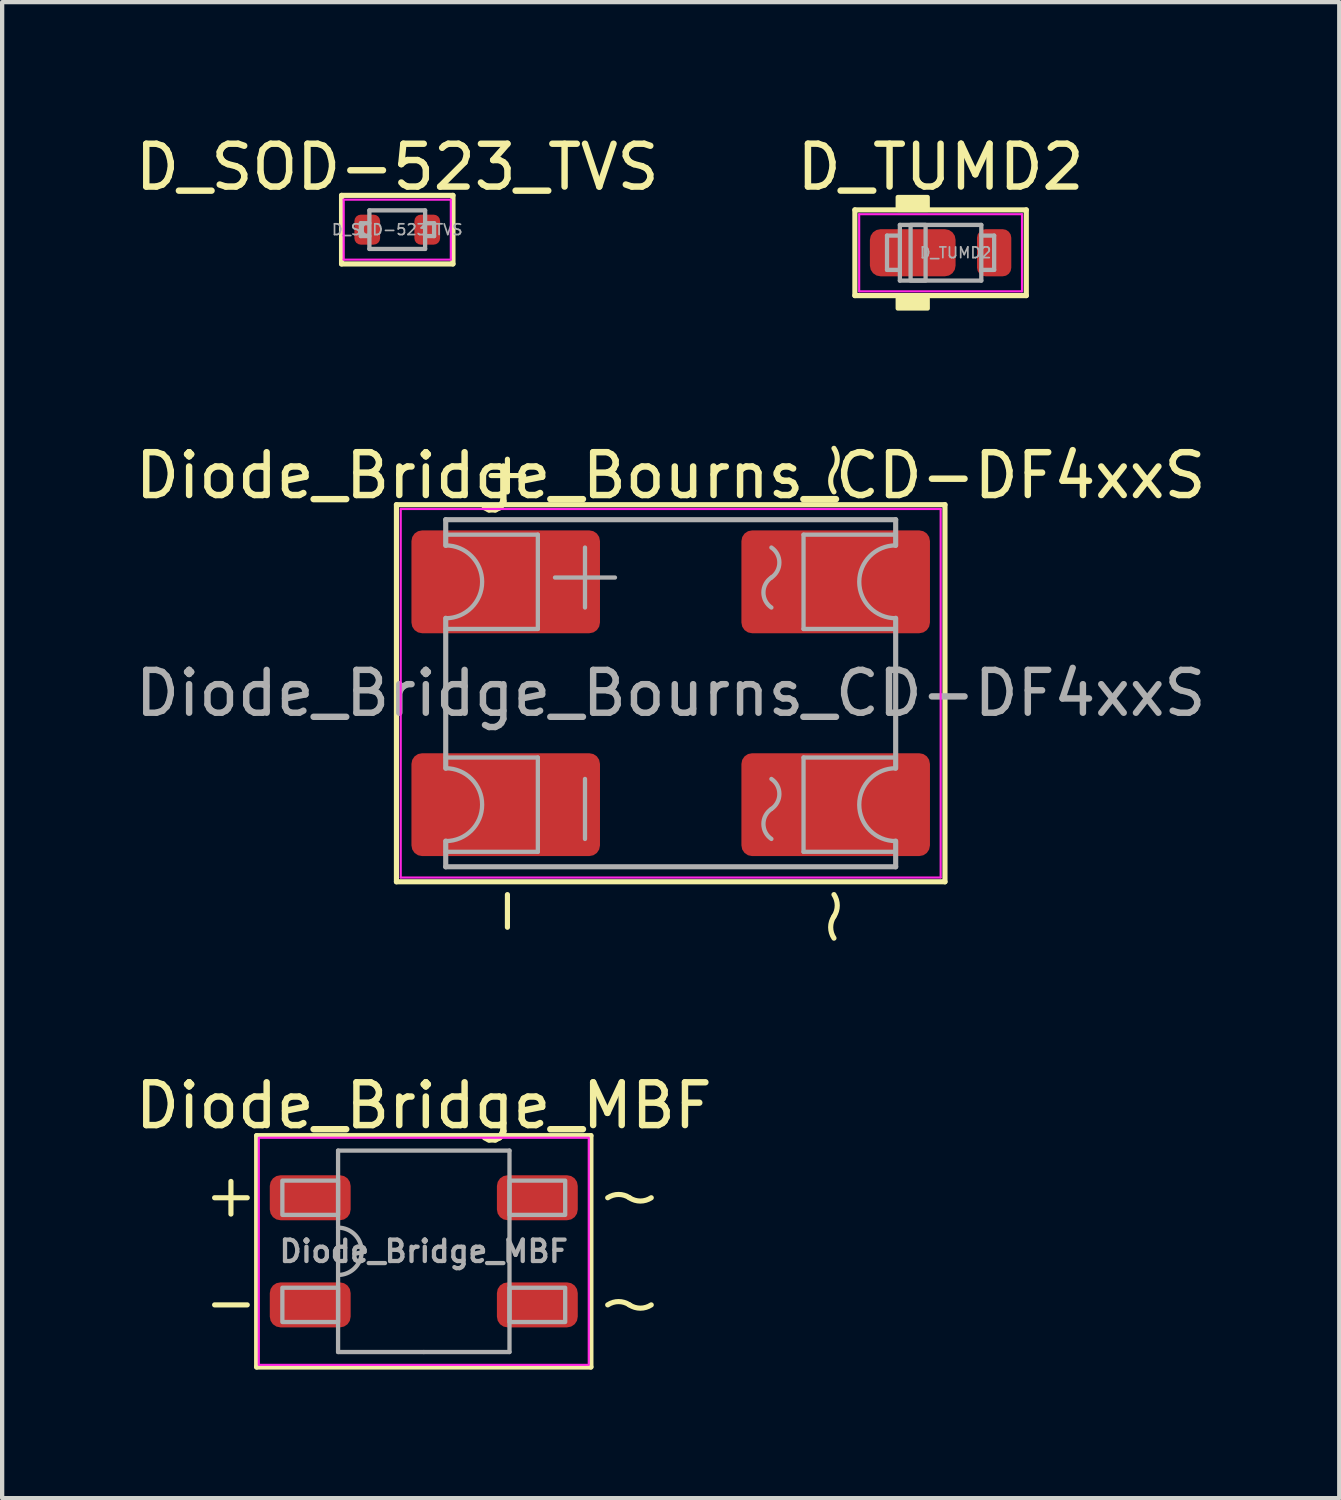
<source format=kicad_pcb>
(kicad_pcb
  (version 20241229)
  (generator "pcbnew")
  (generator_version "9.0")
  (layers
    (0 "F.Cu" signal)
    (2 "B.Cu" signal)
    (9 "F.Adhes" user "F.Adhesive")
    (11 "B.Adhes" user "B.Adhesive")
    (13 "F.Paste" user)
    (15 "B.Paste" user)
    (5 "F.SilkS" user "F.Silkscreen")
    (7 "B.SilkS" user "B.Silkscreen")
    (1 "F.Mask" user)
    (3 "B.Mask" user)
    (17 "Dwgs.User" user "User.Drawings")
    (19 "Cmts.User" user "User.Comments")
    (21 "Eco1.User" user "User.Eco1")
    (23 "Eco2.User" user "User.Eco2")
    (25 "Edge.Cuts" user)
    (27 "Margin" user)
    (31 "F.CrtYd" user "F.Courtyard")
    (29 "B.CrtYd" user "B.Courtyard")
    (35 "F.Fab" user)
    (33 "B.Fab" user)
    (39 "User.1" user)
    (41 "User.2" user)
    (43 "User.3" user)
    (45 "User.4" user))
  (footprint "Diode_Bridge_MBF"
    (layer "F.Cu")
    (at 6.839 26.15)
    (property "Reference" "Diode_Bridge_MBF" (at 0 -3.4 0) (unlocked yes) (layer "F.SilkS") (effects (font (size 1 1) (thickness 0.15))))
    (fp_line (start -4.881 -1.25) (end -4.119 -1.25) (stroke (width 0.12) (type solid)) (layer "F.SilkS"))
    (fp_line (start -4.881 1.25) (end -4.119 1.25) (stroke (width 0.12) (type solid)) (layer "F.SilkS"))
    (fp_line (start -4.5 -1.631) (end -4.5 -0.869) (stroke (width 0.12) (type solid)) (layer "F.SilkS"))
    (fp_line (start -3.9 -2.7) (end -3.9 2.7) (stroke (width 0.12) (type solid)) (layer "F.SilkS"))
    (fp_line (start -3.9 2.7) (end 3.9 2.7) (stroke (width 0.12) (type solid)) (layer "F.SilkS"))
    (fp_line (start 3.9 -2.7) (end -3.9 -2.7) (stroke (width 0.12) (type solid)) (layer "F.SilkS"))
    (fp_line (start 3.9 2.7) (end 3.9 -2.7) (stroke (width 0.12) (type solid)) (layer "F.SilkS"))
    (fp_arc (start 4.291999 1.250001) (mid 4.545998 1.173096) (end 4.799997 1.250001) (stroke (width 0.12) (type solid)) (layer "F.SilkS"))
    (fp_arc (start 4.292002 -1.25) (mid 4.546001 -1.326905) (end 4.8 -1.25) (stroke (width 0.12) (type solid)) (layer "F.SilkS"))
    (fp_arc (start 5.307998 1.25) (mid 5.053999 1.326905) (end 4.8 1.25) (stroke (width 0.12) (type solid)) (layer "F.SilkS"))
    (fp_arc (start 5.308001 -1.250001) (mid 5.054002 -1.173096) (end 4.800003 -1.250001) (stroke (width 0.12) (type solid)) (layer "F.SilkS"))
    (fp_rect (start -3.85 -2.65) (end 3.85 2.65) (stroke (width 0.05) (type solid)) (fill no) (layer "F.CrtYd"))
    (fp_line (start -2 -2.35) (end 2 -2.35) (stroke (width 0.1) (type solid)) (layer "F.Fab"))
    (fp_line (start -2 0) (end -2 -2.35) (stroke (width 0.1) (type solid)) (layer "F.Fab"))
    (fp_line (start -2 2.35) (end -2 0) (stroke (width 0.1) (type solid)) (layer "F.Fab"))
    (fp_line (start 0 2.35) (end -2 2.35) (stroke (width 0.1) (type solid)) (layer "F.Fab"))
    (fp_line (start 2 -2.35) (end 2 2.35) (stroke (width 0.1) (type solid)) (layer "F.Fab"))
    (fp_line (start 2 2.35) (end 0 2.35) (stroke (width 0.1) (type solid)) (layer "F.Fab"))
    (fp_rect (start -3.3 -1.65) (end -2 -0.85) (stroke (width 0.1) (type solid)) (fill no) (layer "F.Fab"))
    (fp_rect (start -3.3 0.85) (end -2 1.65) (stroke (width 0.1) (type solid)) (fill no) (layer "F.Fab"))
    (fp_rect (start 2 -1.65) (end 3.3 -0.85) (stroke (width 0.1) (type solid)) (fill no) (layer "F.Fab"))
    (fp_rect (start 2 0.85) (end 3.3 1.65) (stroke (width 0.1) (type solid)) (fill no) (layer "F.Fab"))
    (fp_arc (start -2 -0.552268) (mid -1.448299 -0.025026) (end -1.95 0.55) (stroke (width 0.1) (type solid)) (layer "F.Fab"))
    (fp_text user "${REFERENCE}" (at 0 0 0) (layer "F.Fab") (effects (font (size 0.5 0.5) (thickness 0.1))))
    (pad "1" smd roundrect (at -2.65 -1.25) (size 1.887 1.05) (layers "F.Cu" "F.Mask" "F.Paste") (roundrect_rratio 0.238))
    (pad "2" smd roundrect (at -2.65 1.25) (size 1.887 1.05) (layers "F.Cu" "F.Mask" "F.Paste") (roundrect_rratio 0.238))
    (pad "3" smd roundrect (at 2.65 1.25) (size 1.887 1.05) (layers "F.Cu" "F.Mask" "F.Paste") (roundrect_rratio 0.238))
    (pad "4" smd roundrect (at 2.65 -1.25) (size 1.887 1.05) (layers "F.Cu" "F.Mask" "F.Paste") (roundrect_rratio 0.238)))
  (footprint "D_SOD-523_TVS"
    (layer "F.Cu")
    (at 6.22 2.309)
    (property "Reference" "D_SOD-523_TVS" (at 0 -1.46 0) (layer "F.SilkS") (effects (font (size 1 1) (thickness 0.15))))
    (attr smd)
    (fp_line (start -1.3 -0.8) (end -1.3 0.8) (stroke (width 0.12) (type solid)) (layer "F.SilkS"))
    (fp_line (start -1.3 0.8) (end 1.3 0.8) (stroke (width 0.12) (type solid)) (layer "F.SilkS"))
    (fp_line (start 1.3 -0.8) (end -1.3 -0.8) (stroke (width 0.12) (type solid)) (layer "F.SilkS"))
    (fp_line (start 1.3 0.8) (end 1.3 -0.8) (stroke (width 0.12) (type solid)) (layer "F.SilkS"))
    (fp_line (start -1.25 -0.7) (end 1.25 -0.7) (stroke (width 0.05) (type solid)) (layer "F.CrtYd"))
    (fp_line (start -1.25 0.7) (end -1.25 -0.7) (stroke (width 0.05) (type solid)) (layer "F.CrtYd"))
    (fp_line (start 1.25 -0.7) (end 1.25 0.7) (stroke (width 0.05) (type solid)) (layer "F.CrtYd"))
    (fp_line (start 1.25 0.7) (end -1.25 0.7) (stroke (width 0.05) (type solid)) (layer "F.CrtYd"))
    (fp_line (start -0.85 -0.15) (end -0.85 0.15) (stroke (width 0.1) (type solid)) (layer "F.Fab"))
    (fp_line (start -0.85 -0.15) (end -0.65 -0.15) (stroke (width 0.1) (type solid)) (layer "F.Fab"))
    (fp_line (start -0.85 0.15) (end -0.65 0.15) (stroke (width 0.1) (type solid)) (layer "F.Fab"))
    (fp_line (start -0.65 -0.45) (end 0.65 -0.45) (stroke (width 0.1) (type solid)) (layer "F.Fab"))
    (fp_line (start -0.65 0.45) (end -0.65 -0.45) (stroke (width 0.1) (type solid)) (layer "F.Fab"))
    (fp_line (start 0.65 -0.45) (end 0.65 0.45) (stroke (width 0.1) (type solid)) (layer "F.Fab"))
    (fp_line (start 0.65 0.45) (end -0.65 0.45) (stroke (width 0.1) (type solid)) (layer "F.Fab"))
    (fp_line (start 0.86 -0.15) (end 0.66 -0.15) (stroke (width 0.1) (type solid)) (layer "F.Fab"))
    (fp_line (start 0.86 0.15) (end 0.66 0.15) (stroke (width 0.1) (type solid)) (layer "F.Fab"))
    (fp_line (start 0.86 0.15) (end 0.86 -0.15) (stroke (width 0.1) (type solid)) (layer "F.Fab"))
    (fp_text user "${REFERENCE}" (at 0 0 0) (layer "F.Fab") (effects (font (size 0.25 0.25) (thickness 0.04))))
    (pad "1" smd roundrect (at -0.7 0 180) (size 0.6 0.7) (layers "F.Cu" "F.Mask" "F.Paste") (roundrect_rratio 0.25))
    (pad "2" smd roundrect (at 0.7 0 180) (size 0.6 0.7) (layers "F.Cu" "F.Mask" "F.Paste") (roundrect_rratio 0.25)))
  (footprint "Diode_Bridge_Bourns_CD-DF4xxS"
    (layer "F.Cu")
    (at 12.601 13.127)
    (property "Reference" "Diode_Bridge_Bourns_CD-DF4xxS" (at 0 -5.08 0) (layer "F.SilkS") (effects (font (size 1 1) (thickness 0.15))))
    (attr smd)
    (fp_line (start -6.4 -4.4) (end -6.4 4.4) (stroke (width 0.12) (type solid)) (layer "F.SilkS"))
    (fp_line (start -6.4 4.4) (end 6.4 4.4) (stroke (width 0.12) (type solid)) (layer "F.SilkS"))
    (fp_line (start -4.191 -5.08) (end -3.429 -5.08) (stroke (width 0.12) (type solid)) (layer "F.SilkS"))
    (fp_line (start -3.81 -4.699) (end -3.81 -5.461) (stroke (width 0.12) (type solid)) (layer "F.SilkS"))
    (fp_line (start -3.81 5.461) (end -3.81 4.699) (stroke (width 0.12) (type solid)) (layer "F.SilkS"))
    (fp_line (start 6.4 -4.4) (end -6.4 -4.4) (stroke (width 0.12) (type solid)) (layer "F.SilkS"))
    (fp_line (start 6.4 4.4) (end 6.4 -4.4) (stroke (width 0.12) (type solid)) (layer "F.SilkS"))
    (fp_arc (start 3.809999 4.698999) (mid 3.886904 4.952998) (end 3.809999 5.206997) (stroke (width 0.12) (type solid)) (layer "F.SilkS"))
    (fp_arc (start 3.81 -5.715) (mid 3.886905 -5.461001) (end 3.81 -5.207002) (stroke (width 0.12) (type solid)) (layer "F.SilkS"))
    (fp_arc (start 3.81 5.714998) (mid 3.733095 5.460999) (end 3.81 5.207) (stroke (width 0.12) (type solid)) (layer "F.SilkS"))
    (fp_arc (start 3.810001 -4.699001) (mid 3.733096 -4.953) (end 3.810001 -5.206999) (stroke (width 0.12) (type solid)) (layer "F.SilkS"))
    (fp_line (start -6.3 4.3) (end -6.3 -4.3) (stroke (width 0.05) (type solid)) (layer "F.CrtYd"))
    (fp_line (start -6.3 4.3) (end 6.3 4.3) (stroke (width 0.05) (type solid)) (layer "F.CrtYd"))
    (fp_line (start 6.3 -4.3) (end -6.3 -4.3) (stroke (width 0.05) (type solid)) (layer "F.CrtYd"))
    (fp_line (start 6.3 -4.3) (end 6.3 4.3) (stroke (width 0.05) (type solid)) (layer "F.CrtYd"))
    (fp_line (start -5.25 -4.05) (end 5.25 -4.05) (stroke (width 0.12) (type solid)) (layer "F.Fab"))
    (fp_line (start -5.25 -3.45) (end -5.25 -4.05) (stroke (width 0.12) (type solid)) (layer "F.Fab"))
    (fp_line (start -5.25 -1.5) (end -3.1 -1.5) (stroke (width 0.1) (type solid)) (layer "F.Fab"))
    (fp_line (start -5.25 1.75) (end -5.25 -1.75) (stroke (width 0.12) (type solid)) (layer "F.Fab"))
    (fp_line (start -5.25 3.7) (end -3.1 3.7) (stroke (width 0.1) (type solid)) (layer "F.Fab"))
    (fp_line (start -5.25 4.05) (end -5.25 3.45) (stroke (width 0.12) (type solid)) (layer "F.Fab"))
    (fp_line (start -3.1 -3.7) (end -5.25 -3.7) (stroke (width 0.1) (type solid)) (layer "F.Fab"))
    (fp_line (start -3.1 -1.5) (end -3.1 -3.7) (stroke (width 0.1) (type solid)) (layer "F.Fab"))
    (fp_line (start -3.1 1.5) (end -5.25 1.5) (stroke (width 0.1) (type solid)) (layer "F.Fab"))
    (fp_line (start -3.1 3.7) (end -3.1 1.5) (stroke (width 0.1) (type solid)) (layer "F.Fab"))
    (fp_line (start -2 -2) (end -2 -3.4) (stroke (width 0.1) (type solid)) (layer "F.Fab"))
    (fp_line (start -2 3.4) (end -2 2) (stroke (width 0.1) (type solid)) (layer "F.Fab"))
    (fp_line (start -1.3 -2.7) (end -2.7 -2.7) (stroke (width 0.1) (type solid)) (layer "F.Fab"))
    (fp_line (start 3.1 -3.7) (end 3.1 -1.5) (stroke (width 0.1) (type solid)) (layer "F.Fab"))
    (fp_line (start 3.1 -1.5) (end 5.25 -1.5) (stroke (width 0.1) (type solid)) (layer "F.Fab"))
    (fp_line (start 3.1 1.5) (end 3.1 3.7) (stroke (width 0.1) (type solid)) (layer "F.Fab"))
    (fp_line (start 3.1 3.7) (end 5.25 3.7) (stroke (width 0.1) (type solid)) (layer "F.Fab"))
    (fp_line (start 5.25 -3.7) (end 3.1 -3.7) (stroke (width 0.1) (type solid)) (layer "F.Fab"))
    (fp_line (start 5.25 -3.45) (end 5.25 -4.05) (stroke (width 0.12) (type solid)) (layer "F.Fab"))
    (fp_line (start 5.25 1.5) (end 3.1 1.5) (stroke (width 0.1) (type solid)) (layer "F.Fab"))
    (fp_line (start 5.25 1.75) (end 5.25 -1.75) (stroke (width 0.12) (type solid)) (layer "F.Fab"))
    (fp_line (start 5.25 4.05) (end -5.25 4.05) (stroke (width 0.12) (type solid)) (layer "F.Fab"))
    (fp_line (start 5.25 4.05) (end 5.25 3.45) (stroke (width 0.12) (type solid)) (layer "F.Fab"))
    (fp_arc (start -5.25 -3.45) (mid -4.4 -2.6) (end -5.25 -1.75) (stroke (width 0.1) (type solid)) (layer "F.Fab"))
    (fp_arc (start -5.25 1.75) (mid -4.4 2.6) (end -5.25 3.45) (stroke (width 0.1) (type solid)) (layer "F.Fab"))
    (fp_arc (start 2.349998 -3.4) (mid 2.536196 -3.05) (end 2.349999 -2.7) (stroke (width 0.1) (type solid)) (layer "F.Fab"))
    (fp_arc (start 2.349999 2) (mid 2.536197 2.35) (end 2.35 2.7) (stroke (width 0.1) (type solid)) (layer "F.Fab"))
    (fp_arc (start 2.35 -2) (mid 2.163802 -2.35) (end 2.349999 -2.7) (stroke (width 0.1) (type solid)) (layer "F.Fab"))
    (fp_arc (start 2.35 3.4) (mid 2.163802 3.05) (end 2.349999 2.7) (stroke (width 0.1) (type solid)) (layer "F.Fab"))
    (fp_arc (start 5.25 -1.75) (mid 4.4 -2.6) (end 5.25 -3.45) (stroke (width 0.1) (type solid)) (layer "F.Fab"))
    (fp_arc (start 5.25 3.45) (mid 4.4 2.6) (end 5.25 1.75) (stroke (width 0.1) (type solid)) (layer "F.Fab"))
    (fp_text user "${REFERENCE}" (at 0 0 180) (layer "F.Fab") (effects (font (size 1 1) (thickness 0.15))))
    (pad "1" smd roundrect (at -3.85 -2.6 90) (size 2.4 4.4) (layers "F.Cu" "F.Mask" "F.Paste") (roundrect_rratio 0.104))
    (pad "2" smd roundrect (at -3.85 2.6 90) (size 2.4 4.4) (layers "F.Cu" "F.Mask" "F.Paste") (roundrect_rratio 0.104))
    (pad "3" smd roundrect (at 3.85 2.6 90) (size 2.4 4.4) (layers "F.Cu" "F.Mask" "F.Paste") (roundrect_rratio 0.104))
    (pad "4" smd roundrect (at 3.85 -2.6 90) (size 2.4 4.4) (layers "F.Cu" "F.Mask" "F.Paste") (roundrect_rratio 0.104)))
  (footprint "D_TUMD2"
    (layer "F.Cu")
    (at 18.899 2.848)
    (property "Reference" "D_TUMD2" (at 0 -2 0) (layer "F.SilkS") (effects (font (size 1 1) (thickness 0.15))))
    (attr smd)
    (fp_line (start -2 -1) (end -2 1) (stroke (width 0.12) (type solid)) (layer "F.SilkS"))
    (fp_line (start -2 1) (end 2 1) (stroke (width 0.12) (type solid)) (layer "F.SilkS"))
    (fp_line (start 2 -1) (end -2 -1) (stroke (width 0.12) (type solid)) (layer "F.SilkS"))
    (fp_line (start 2 1) (end 2 -1) (stroke (width 0.12) (type solid)) (layer "F.SilkS"))
    (fp_poly (pts (xy -0.301 -1.3) (xy -0.3 -1) (xy -1 -1) (xy -1 -1.3)) (stroke (width 0.1) (type solid)) (fill yes) (layer "F.SilkS"))
    (fp_poly (pts (xy -0.301 1) (xy -0.3 1.3) (xy -1 1.3) (xy -1 1)) (stroke (width 0.1) (type solid)) (fill yes) (layer "F.SilkS"))
    (fp_line (start -1.9 -0.9) (end 1.9 -0.9) (stroke (width 0.05) (type solid)) (layer "F.CrtYd"))
    (fp_line (start -1.9 0.9) (end -1.9 -0.9) (stroke (width 0.05) (type solid)) (layer "F.CrtYd"))
    (fp_line (start 1.9 -0.9) (end 1.9 0.9) (stroke (width 0.05) (type solid)) (layer "F.CrtYd"))
    (fp_line (start 1.9 0.9) (end -1.9 0.9) (stroke (width 0.05) (type solid)) (layer "F.CrtYd"))
    (fp_line (start -1.25 -0.4) (end -1.25 0.4) (stroke (width 0.1) (type solid)) (layer "F.Fab"))
    (fp_line (start -1.25 -0.4) (end -0.95 -0.4) (stroke (width 0.1) (type solid)) (layer "F.Fab"))
    (fp_line (start -1.25 0.4) (end -0.95 0.4) (stroke (width 0.1) (type solid)) (layer "F.Fab"))
    (fp_line (start -0.95 -0.65) (end 0.95 -0.65) (stroke (width 0.1) (type solid)) (layer "F.Fab"))
    (fp_line (start -0.95 0.65) (end -0.95 -0.65) (stroke (width 0.1) (type solid)) (layer "F.Fab"))
    (fp_line (start 0.95 -0.65) (end 0.95 0.65) (stroke (width 0.1) (type solid)) (layer "F.Fab"))
    (fp_line (start 0.95 0.65) (end -0.95 0.65) (stroke (width 0.1) (type solid)) (layer "F.Fab"))
    (fp_line (start 1.25 -0.4) (end 0.95 -0.4) (stroke (width 0.1) (type solid)) (layer "F.Fab"))
    (fp_line (start 1.25 0.4) (end 0.95 0.4) (stroke (width 0.1) (type solid)) (layer "F.Fab"))
    (fp_line (start 1.25 0.4) (end 1.25 -0.4) (stroke (width 0.1) (type solid)) (layer "F.Fab"))
    (fp_rect (start -0.7 -0.65) (end -0.35 0.65) (stroke (width 0.1) (type solid)) (fill no) (layer "F.Fab"))
    (fp_text user "${REFERENCE}" (at 0.35 0 0) (layer "F.Fab") (effects (font (size 0.25 0.25) (thickness 0.04))))
    (pad "1" smd roundrect (at -0.65 0 180) (size 2 1.1) (layers "F.Cu" "F.Mask" "F.Paste") (roundrect_rratio 0.227))
    (pad "2" smd roundrect (at 1.25 0 180) (size 0.8 1.1) (layers "F.Cu" "F.Mask" "F.Paste") (roundrect_rratio 0.25)))
  (gr_rect
    (start -3 -3)
    (end 28.202 31.91)
    (stroke (width 0.1) (type default))
    (fill no)
    (layer "Edge.Cuts")))
</source>
